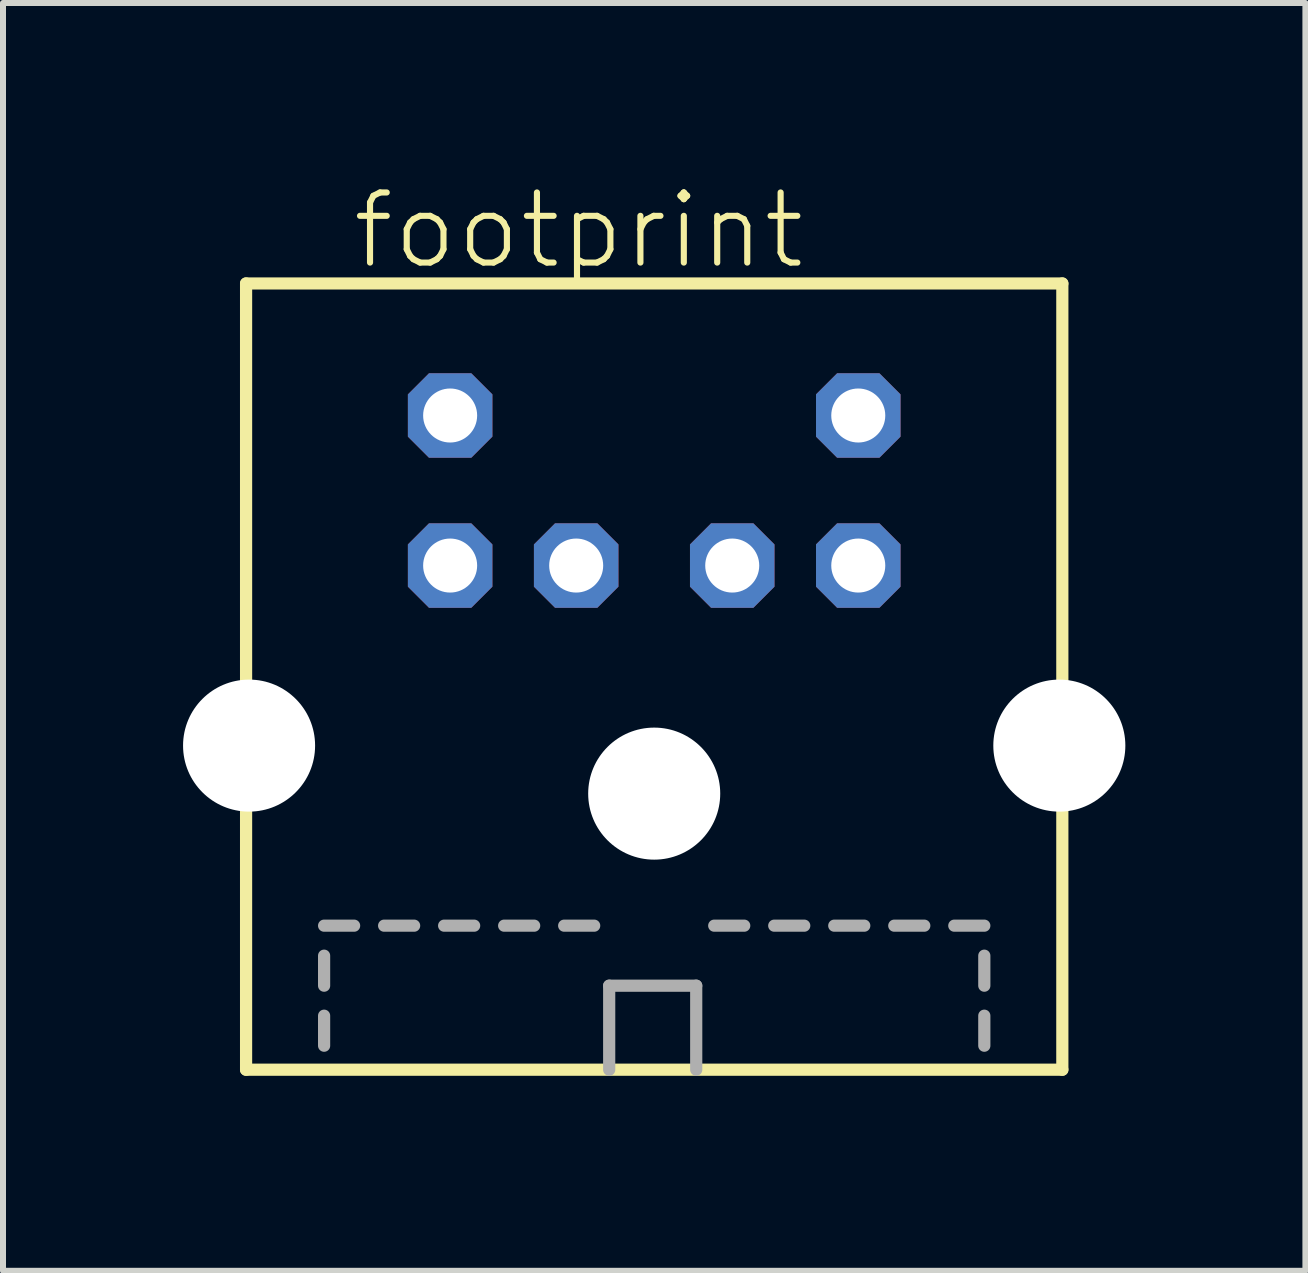
<source format=kicad_pcb>
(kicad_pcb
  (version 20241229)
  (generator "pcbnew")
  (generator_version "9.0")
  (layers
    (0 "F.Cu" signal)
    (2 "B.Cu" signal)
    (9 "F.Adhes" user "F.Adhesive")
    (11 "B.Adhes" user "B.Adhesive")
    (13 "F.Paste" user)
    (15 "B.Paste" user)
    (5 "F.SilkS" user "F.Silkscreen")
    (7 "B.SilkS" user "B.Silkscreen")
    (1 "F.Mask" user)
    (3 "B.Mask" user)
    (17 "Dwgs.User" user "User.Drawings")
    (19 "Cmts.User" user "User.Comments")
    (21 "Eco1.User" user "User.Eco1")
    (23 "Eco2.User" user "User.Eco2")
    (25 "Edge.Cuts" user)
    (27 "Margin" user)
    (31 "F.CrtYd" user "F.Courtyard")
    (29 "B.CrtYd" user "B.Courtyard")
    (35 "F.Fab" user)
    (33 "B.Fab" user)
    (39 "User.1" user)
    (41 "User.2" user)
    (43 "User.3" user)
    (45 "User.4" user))
  (footprint "footprint"
    (layer "F.Cu")
    (at 7.85 14.873)
    (property "Reference" "footprint" (at -5.08 -13.4 0) (layer "F.SilkS") (effects (font (size 1.168 1.168) (thickness 0.102)) (justify left bottom)))
    (fp_line (start -6.8 -13.2) (end -6.8 -0.1) (stroke (width 0.203) (type solid)) (layer "F.SilkS"))
    (fp_line (start -6.8 -0.1) (end 6.8 -0.1) (stroke (width 0.203) (type solid)) (layer "F.SilkS"))
    (fp_line (start 6.8 -13.2) (end -6.8 -13.2) (stroke (width 0.203) (type solid)) (layer "F.SilkS"))
    (fp_line (start 6.8 -0.1) (end 6.8 -13.2) (stroke (width 0.203) (type solid)) (layer "F.SilkS"))
    (fp_line (start -5.5 -2.5) (end -5 -2.5) (stroke (width 0.203) (type solid)) (layer "F.Fab"))
    (fp_line (start -5.5 -1.5) (end -5.5 -2) (stroke (width 0.203) (type solid)) (layer "F.Fab"))
    (fp_line (start -5.5 -0.5) (end -5.5 -1) (stroke (width 0.203) (type solid)) (layer "F.Fab"))
    (fp_line (start -4.5 -2.5) (end -4 -2.5) (stroke (width 0.203) (type solid)) (layer "F.Fab"))
    (fp_line (start -3.5 -2.5) (end -3 -2.5) (stroke (width 0.203) (type solid)) (layer "F.Fab"))
    (fp_line (start -2.5 -2.5) (end -2 -2.5) (stroke (width 0.203) (type solid)) (layer "F.Fab"))
    (fp_line (start -1.5 -2.5) (end -1 -2.5) (stroke (width 0.203) (type solid)) (layer "F.Fab"))
    (fp_line (start -0.75 -1.5) (end 0.7 -1.5) (stroke (width 0.203) (type solid)) (layer "F.Fab"))
    (fp_line (start -0.75 -0.1) (end -0.75 -1.5) (stroke (width 0.203) (type solid)) (layer "F.Fab"))
    (fp_line (start 0.7 -1.5) (end 0.7 -0.1) (stroke (width 0.203) (type solid)) (layer "F.Fab"))
    (fp_line (start 1 -2.5) (end 1.5 -2.5) (stroke (width 0.203) (type solid)) (layer "F.Fab"))
    (fp_line (start 2 -2.5) (end 2.5 -2.5) (stroke (width 0.203) (type solid)) (layer "F.Fab"))
    (fp_line (start 3 -2.5) (end 3.5 -2.5) (stroke (width 0.203) (type solid)) (layer "F.Fab"))
    (fp_line (start 4 -2.5) (end 4.5 -2.5) (stroke (width 0.203) (type solid)) (layer "F.Fab"))
    (fp_line (start 5 -2.5) (end 5.5 -2.5) (stroke (width 0.203) (type solid)) (layer "F.Fab"))
    (fp_line (start 5.5 -1.5) (end 5.5 -2) (stroke (width 0.203) (type solid)) (layer "F.Fab"))
    (fp_line (start 5.5 -0.5) (end 5.5 -1) (stroke (width 0.203) (type solid)) (layer "F.Fab"))
    (pad "" np_thru_hole circle (at -6.75 -5.5) (size 2.2 2.2) (drill 2.2) (layers "*.Cu" "*.Mask"))
    (pad "" np_thru_hole circle (at 0 -4.7) (size 2.2 2.2) (drill 2.2) (layers "*.Cu" "*.Mask"))
    (pad "" np_thru_hole circle (at 6.75 -5.5) (size 2.2 2.2) (drill 2.2) (layers "*.Cu" "*.Mask"))
    (pad "1" thru_hole roundrect (at 1.3 -8.5) (size 1.408 1.408) (drill 0.9) (layers "*.Cu" "*.Mask") (roundrect_rratio 0.25) (chamfer_ratio 0.25) (chamfer top_left top_right bottom_left bottom_right))
    (pad "2" thru_hole roundrect (at -1.3 -8.5) (size 1.408 1.408) (drill 0.9) (layers "*.Cu" "*.Mask") (roundrect_rratio 0.25) (chamfer_ratio 0.25) (chamfer top_left top_right bottom_left bottom_right))
    (pad "3" thru_hole roundrect (at 3.4 -8.5) (size 1.408 1.408) (drill 0.9) (layers "*.Cu" "*.Mask") (roundrect_rratio 0.25) (chamfer_ratio 0.25) (chamfer top_left top_right bottom_left bottom_right))
    (pad "4" thru_hole roundrect (at -3.4 -8.5) (size 1.408 1.408) (drill 0.9) (layers "*.Cu" "*.Mask") (roundrect_rratio 0.25) (chamfer_ratio 0.25) (chamfer top_left top_right bottom_left bottom_right))
    (pad "5" thru_hole roundrect (at 3.4 -11) (size 1.408 1.408) (drill 0.9) (layers "*.Cu" "*.Mask") (roundrect_rratio 0.25) (chamfer_ratio 0.25) (chamfer top_left top_right bottom_left bottom_right))
    (pad "6" thru_hole roundrect (at -3.4 -11) (size 1.408 1.408) (drill 0.9) (layers "*.Cu" "*.Mask") (roundrect_rratio 0.25) (chamfer_ratio 0.25) (chamfer top_left top_right bottom_left bottom_right)))
  (gr_rect
    (start -3 -3)
    (end 18.7 18.123)
    (stroke (width 0.1) (type default))
    (fill no)
    (layer "Edge.Cuts")))
</source>
